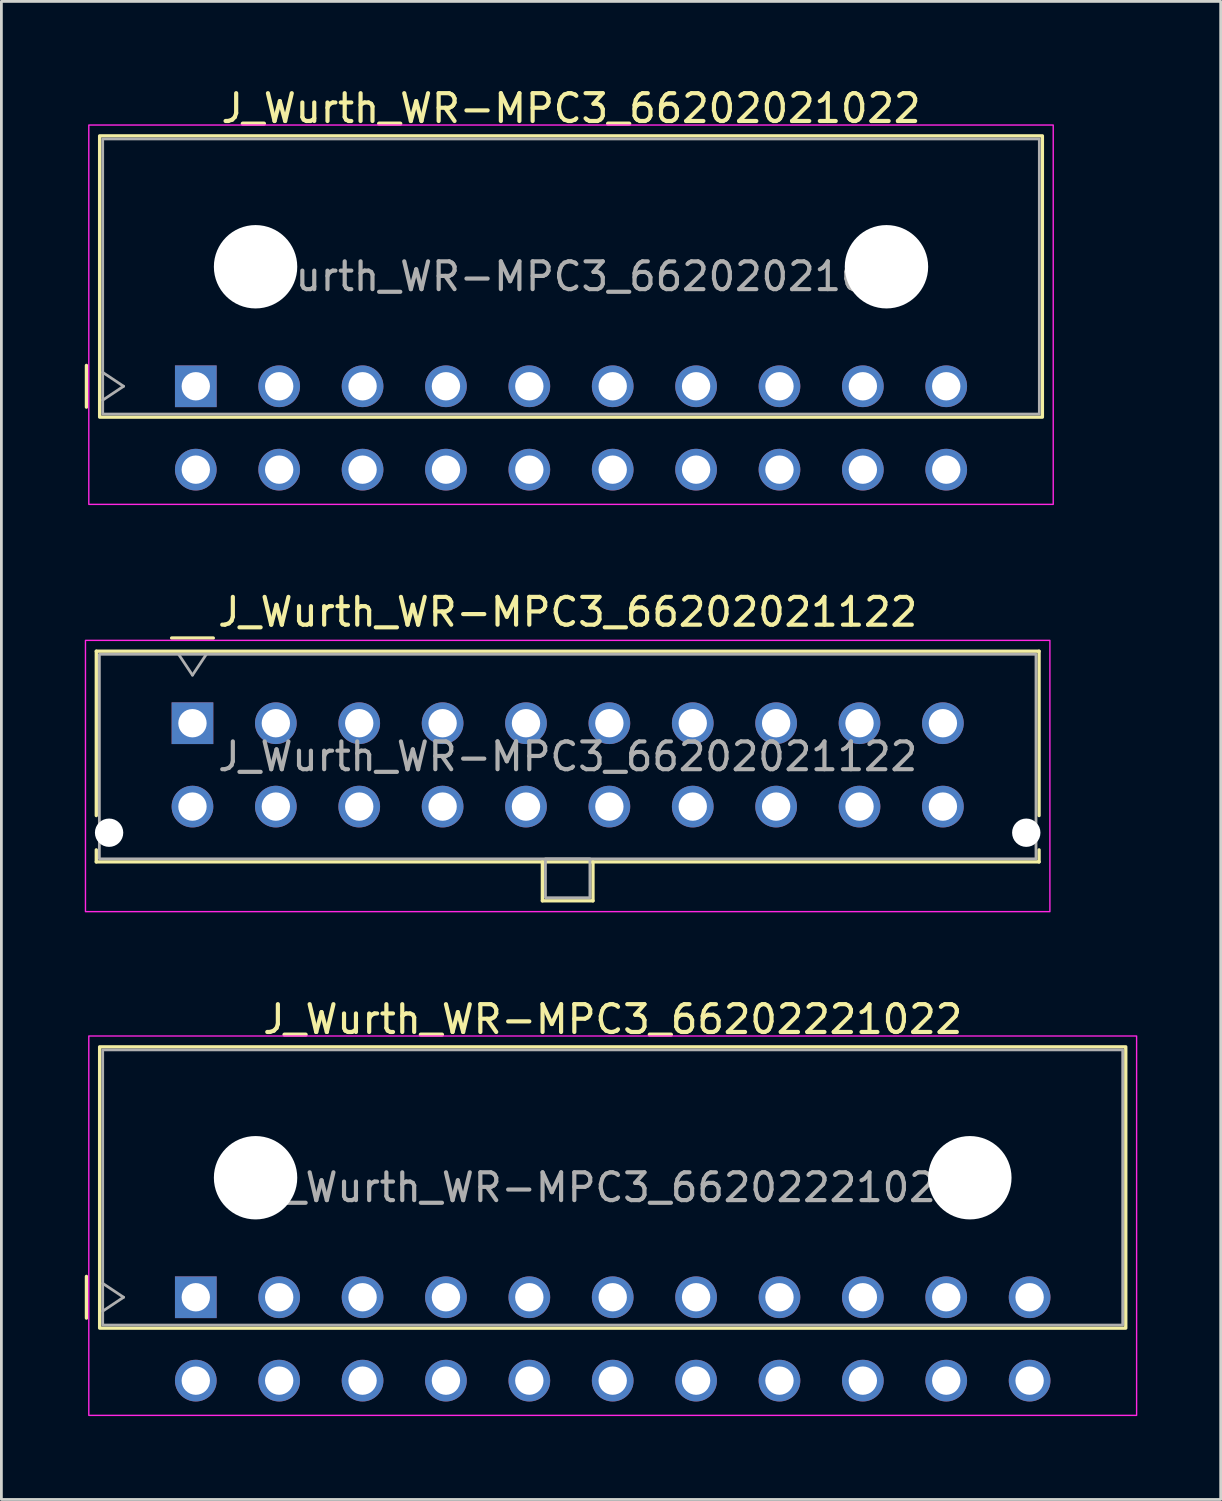
<source format=kicad_pcb>
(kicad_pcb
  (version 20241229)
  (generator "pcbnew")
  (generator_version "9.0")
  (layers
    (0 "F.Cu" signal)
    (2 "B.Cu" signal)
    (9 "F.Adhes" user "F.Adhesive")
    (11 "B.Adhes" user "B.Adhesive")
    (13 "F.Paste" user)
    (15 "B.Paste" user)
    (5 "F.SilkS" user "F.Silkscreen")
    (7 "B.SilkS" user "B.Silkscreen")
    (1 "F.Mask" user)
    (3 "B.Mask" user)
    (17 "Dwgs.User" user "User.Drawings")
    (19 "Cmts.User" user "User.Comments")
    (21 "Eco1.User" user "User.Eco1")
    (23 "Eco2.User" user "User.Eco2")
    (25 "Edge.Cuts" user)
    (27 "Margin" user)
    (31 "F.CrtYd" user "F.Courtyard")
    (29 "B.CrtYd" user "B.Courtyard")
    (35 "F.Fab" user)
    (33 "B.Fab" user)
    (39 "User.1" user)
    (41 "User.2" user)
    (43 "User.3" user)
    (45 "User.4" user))
  (footprint "J_Wurth_WR-MPC3_66202021022"
    (layer "F.Cu")
    (at 3.995 10.848)
    (property "Reference" "J_Wurth_WR-MPC3_66202021022" (at 13.5 -10 0) (unlocked yes) (layer "F.SilkS") (effects (font (size 1 1) (thickness 0.15))))
    (attr through_hole)
    (fp_line (start -3.935 -0.75) (end -3.935 0.75) (stroke (width 0.12) (type solid)) (layer "F.SilkS"))
    (fp_rect (start -3.46 -9.01) (end 30.46 1.11) (stroke (width 0.12) (type solid)) (fill no) (layer "F.SilkS"))
    (fp_rect (start -3.85 -9.4) (end 30.85 4.25) (stroke (width 0.05) (type solid)) (fill no) (layer "F.CrtYd"))
    (fp_line (start -2.6 0) (end -3.35 -0.5) (stroke (width 0.1) (type solid)) (layer "F.Fab"))
    (fp_line (start -2.6 0) (end -3.35 0.5) (stroke (width 0.1) (type solid)) (layer "F.Fab"))
    (fp_rect (start -3.35 -8.9) (end 30.35 1) (stroke (width 0.1) (type solid)) (fill no) (layer "F.Fab"))
    (fp_text user "${REFERENCE}" (at 13.5 -3.95 0) (unlocked yes) (layer "F.Fab") (effects (font (size 1 1) (thickness 0.15))))
    (pad "" np_thru_hole circle (at 2.15 -4.3 180) (size 3 3) (drill 3) (layers "*.Cu" "*.Mask"))
    (pad "" np_thru_hole circle (at 24.85 -4.3 180) (size 3 3) (drill 3) (layers "*.Cu" "*.Mask"))
    (pad "1" thru_hole rect (at 0 0 180) (size 1.5 1.5) (drill 1.02) (layers "*.Cu" "*.Mask"))
    (pad "2" thru_hole circle (at 3 0 180) (size 1.5 1.5) (drill 1.02) (layers "*.Cu" "*.Mask"))
    (pad "3" thru_hole circle (at 6 0 180) (size 1.5 1.5) (drill 1.02) (layers "*.Cu" "*.Mask"))
    (pad "4" thru_hole circle (at 9 0 180) (size 1.5 1.5) (drill 1.02) (layers "*.Cu" "*.Mask"))
    (pad "5" thru_hole circle (at 12 0 180) (size 1.5 1.5) (drill 1.02) (layers "*.Cu" "*.Mask"))
    (pad "6" thru_hole circle (at 15 0 180) (size 1.5 1.5) (drill 1.02) (layers "*.Cu" "*.Mask"))
    (pad "7" thru_hole circle (at 18 0 180) (size 1.5 1.5) (drill 1.02) (layers "*.Cu" "*.Mask"))
    (pad "8" thru_hole circle (at 21 0 180) (size 1.5 1.5) (drill 1.02) (layers "*.Cu" "*.Mask"))
    (pad "9" thru_hole circle (at 24 0 180) (size 1.5 1.5) (drill 1.02) (layers "*.Cu" "*.Mask"))
    (pad "10" thru_hole circle (at 27 0 180) (size 1.5 1.5) (drill 1.02) (layers "*.Cu" "*.Mask"))
    (pad "11" thru_hole circle (at 0 3 180) (size 1.5 1.5) (drill 1.02) (layers "*.Cu" "*.Mask"))
    (pad "12" thru_hole circle (at 3 3 180) (size 1.5 1.5) (drill 1.02) (layers "*.Cu" "*.Mask"))
    (pad "13" thru_hole circle (at 6 3 180) (size 1.5 1.5) (drill 1.02) (layers "*.Cu" "*.Mask"))
    (pad "14" thru_hole circle (at 9 3 180) (size 1.5 1.5) (drill 1.02) (layers "*.Cu" "*.Mask"))
    (pad "15" thru_hole circle (at 12 3 180) (size 1.5 1.5) (drill 1.02) (layers "*.Cu" "*.Mask"))
    (pad "16" thru_hole circle (at 15 3 180) (size 1.5 1.5) (drill 1.02) (layers "*.Cu" "*.Mask"))
    (pad "17" thru_hole circle (at 18 3 180) (size 1.5 1.5) (drill 1.02) (layers "*.Cu" "*.Mask"))
    (pad "18" thru_hole circle (at 21 3 180) (size 1.5 1.5) (drill 1.02) (layers "*.Cu" "*.Mask"))
    (pad "19" thru_hole circle (at 24 3 180) (size 1.5 1.5) (drill 1.02) (layers "*.Cu" "*.Mask"))
    (pad "20" thru_hole circle (at 27 3 180) (size 1.5 1.5) (drill 1.02) (layers "*.Cu" "*.Mask")))
  (footprint "J_Wurth_WR-MPC3_66202021122"
    (layer "F.Cu")
    (at 3.875 22.971)
    (property "Reference" "J_Wurth_WR-MPC3_66202021122" (at 13.5 -4 0) (unlocked yes) (layer "F.SilkS") (effects (font (size 1 1) (thickness 0.15))))
    (attr through_hole)
    (fp_line (start -3.46 -2.59) (end -3.46 3.323) (stroke (width 0.12) (type default)) (layer "F.SilkS"))
    (fp_line (start -3.46 -2.59) (end 30.46 -2.59) (stroke (width 0.12) (type default)) (layer "F.SilkS"))
    (fp_line (start -3.46 4.99) (end -3.46 4.557) (stroke (width 0.12) (type default)) (layer "F.SilkS"))
    (fp_line (start -0.75 -3.065) (end 0.75 -3.065) (stroke (width 0.12) (type solid)) (layer "F.SilkS"))
    (fp_line (start 12.59 6.39) (end 12.59 4.99) (stroke (width 0.12) (type default)) (layer "F.SilkS"))
    (fp_line (start 14.41 4.99) (end 14.41 6.39) (stroke (width 0.12) (type default)) (layer "F.SilkS"))
    (fp_line (start 14.41 6.39) (end 12.59 6.39) (stroke (width 0.12) (type default)) (layer "F.SilkS"))
    (fp_line (start 30.46 -2.59) (end 30.46 3.323) (stroke (width 0.12) (type default)) (layer "F.SilkS"))
    (fp_line (start 30.46 4.99) (end -3.46 4.99) (stroke (width 0.12) (type default)) (layer "F.SilkS"))
    (fp_line (start 30.46 4.99) (end 30.46 4.557) (stroke (width 0.12) (type default)) (layer "F.SilkS"))
    (fp_rect (start -3.85 -2.98) (end 30.85 6.78) (stroke (width 0.05) (type solid)) (fill no) (layer "F.CrtYd"))
    (fp_line (start 0 -1.73) (end -0.5 -2.48) (stroke (width 0.1) (type solid)) (layer "F.Fab"))
    (fp_line (start 0 -1.73) (end 0.5 -2.48) (stroke (width 0.1) (type solid)) (layer "F.Fab"))
    (fp_rect (start -3.35 -2.48) (end 30.35 4.88) (stroke (width 0.1) (type solid)) (fill no) (layer "F.Fab"))
    (fp_rect (start 12.7 4.88) (end 14.3 6.28) (stroke (width 0.1) (type solid)) (fill no) (layer "F.Fab"))
    (fp_text user "${REFERENCE}" (at 13.5 1.2 0) (unlocked yes) (layer "F.Fab") (effects (font (size 1 1) (thickness 0.15))))
    (pad "" np_thru_hole circle (at -3 3.94 180) (size 1.02 1.02) (drill 1.02) (layers "*.Cu" "*.Mask"))
    (pad "" np_thru_hole circle (at 30 3.94 180) (size 1.02 1.02) (drill 1.02) (layers "*.Cu" "*.Mask"))
    (pad "1" thru_hole rect (at 0 0 180) (size 1.5 1.5) (drill 1.02) (layers "*.Cu" "*.Mask"))
    (pad "2" thru_hole circle (at 3 0 180) (size 1.5 1.5) (drill 1.02) (layers "*.Cu" "*.Mask"))
    (pad "3" thru_hole circle (at 6 0 180) (size 1.5 1.5) (drill 1.02) (layers "*.Cu" "*.Mask"))
    (pad "4" thru_hole circle (at 9 0 180) (size 1.5 1.5) (drill 1.02) (layers "*.Cu" "*.Mask"))
    (pad "5" thru_hole circle (at 12 0 180) (size 1.5 1.5) (drill 1.02) (layers "*.Cu" "*.Mask"))
    (pad "6" thru_hole circle (at 15 0 180) (size 1.5 1.5) (drill 1.02) (layers "*.Cu" "*.Mask"))
    (pad "7" thru_hole circle (at 18 0 180) (size 1.5 1.5) (drill 1.02) (layers "*.Cu" "*.Mask"))
    (pad "8" thru_hole circle (at 21 0 180) (size 1.5 1.5) (drill 1.02) (layers "*.Cu" "*.Mask"))
    (pad "9" thru_hole circle (at 24 0 180) (size 1.5 1.5) (drill 1.02) (layers "*.Cu" "*.Mask"))
    (pad "10" thru_hole circle (at 27 0 180) (size 1.5 1.5) (drill 1.02) (layers "*.Cu" "*.Mask"))
    (pad "11" thru_hole circle (at 0 3 180) (size 1.5 1.5) (drill 1.02) (layers "*.Cu" "*.Mask"))
    (pad "12" thru_hole circle (at 3 3 180) (size 1.5 1.5) (drill 1.02) (layers "*.Cu" "*.Mask"))
    (pad "13" thru_hole circle (at 6 3 180) (size 1.5 1.5) (drill 1.02) (layers "*.Cu" "*.Mask"))
    (pad "14" thru_hole circle (at 9 3 180) (size 1.5 1.5) (drill 1.02) (layers "*.Cu" "*.Mask"))
    (pad "15" thru_hole circle (at 12 3 180) (size 1.5 1.5) (drill 1.02) (layers "*.Cu" "*.Mask"))
    (pad "16" thru_hole circle (at 15 3 180) (size 1.5 1.5) (drill 1.02) (layers "*.Cu" "*.Mask"))
    (pad "17" thru_hole circle (at 18 3 180) (size 1.5 1.5) (drill 1.02) (layers "*.Cu" "*.Mask"))
    (pad "18" thru_hole circle (at 21 3 180) (size 1.5 1.5) (drill 1.02) (layers "*.Cu" "*.Mask"))
    (pad "19" thru_hole circle (at 24 3 180) (size 1.5 1.5) (drill 1.02) (layers "*.Cu" "*.Mask"))
    (pad "20" thru_hole circle (at 27 3 180) (size 1.5 1.5) (drill 1.02) (layers "*.Cu" "*.Mask")))
  (footprint "J_Wurth_WR-MPC3_66202221022"
    (layer "F.Cu")
    (at 3.995 43.625)
    (property "Reference" "J_Wurth_WR-MPC3_66202221022" (at 15 -10 0) (unlocked yes) (layer "F.SilkS") (effects (font (size 1 1) (thickness 0.15))))
    (attr through_hole)
    (fp_line (start -3.935 -0.75) (end -3.935 0.75) (stroke (width 0.12) (type solid)) (layer "F.SilkS"))
    (fp_rect (start -3.46 -9.01) (end 33.46 1.11) (stroke (width 0.12) (type solid)) (fill no) (layer "F.SilkS"))
    (fp_rect (start -3.85 -9.4) (end 33.85 4.25) (stroke (width 0.05) (type solid)) (fill no) (layer "F.CrtYd"))
    (fp_line (start -2.6 0) (end -3.35 -0.5) (stroke (width 0.1) (type solid)) (layer "F.Fab"))
    (fp_line (start -2.6 0) (end -3.35 0.5) (stroke (width 0.1) (type solid)) (layer "F.Fab"))
    (fp_rect (start -3.35 -8.9) (end 33.35 1) (stroke (width 0.1) (type solid)) (fill no) (layer "F.Fab"))
    (fp_text user "${REFERENCE}" (at 15 -3.95 0) (unlocked yes) (layer "F.Fab") (effects (font (size 1 1) (thickness 0.15))))
    (pad "" np_thru_hole circle (at 2.15 -4.3 180) (size 3 3) (drill 3) (layers "*.Cu" "*.Mask"))
    (pad "" np_thru_hole circle (at 27.85 -4.3 180) (size 3 3) (drill 3) (layers "*.Cu" "*.Mask"))
    (pad "1" thru_hole rect (at 0 0 180) (size 1.5 1.5) (drill 1.02) (layers "*.Cu" "*.Mask"))
    (pad "2" thru_hole circle (at 3 0 180) (size 1.5 1.5) (drill 1.02) (layers "*.Cu" "*.Mask"))
    (pad "3" thru_hole circle (at 6 0 180) (size 1.5 1.5) (drill 1.02) (layers "*.Cu" "*.Mask"))
    (pad "4" thru_hole circle (at 9 0 180) (size 1.5 1.5) (drill 1.02) (layers "*.Cu" "*.Mask"))
    (pad "5" thru_hole circle (at 12 0 180) (size 1.5 1.5) (drill 1.02) (layers "*.Cu" "*.Mask"))
    (pad "6" thru_hole circle (at 15 0 180) (size 1.5 1.5) (drill 1.02) (layers "*.Cu" "*.Mask"))
    (pad "7" thru_hole circle (at 18 0 180) (size 1.5 1.5) (drill 1.02) (layers "*.Cu" "*.Mask"))
    (pad "8" thru_hole circle (at 21 0 180) (size 1.5 1.5) (drill 1.02) (layers "*.Cu" "*.Mask"))
    (pad "9" thru_hole circle (at 24 0 180) (size 1.5 1.5) (drill 1.02) (layers "*.Cu" "*.Mask"))
    (pad "10" thru_hole circle (at 27 0 180) (size 1.5 1.5) (drill 1.02) (layers "*.Cu" "*.Mask"))
    (pad "11" thru_hole circle (at 30 0 180) (size 1.5 1.5) (drill 1.02) (layers "*.Cu" "*.Mask"))
    (pad "12" thru_hole circle (at 0 3 180) (size 1.5 1.5) (drill 1.02) (layers "*.Cu" "*.Mask"))
    (pad "13" thru_hole circle (at 3 3 180) (size 1.5 1.5) (drill 1.02) (layers "*.Cu" "*.Mask"))
    (pad "14" thru_hole circle (at 6 3 180) (size 1.5 1.5) (drill 1.02) (layers "*.Cu" "*.Mask"))
    (pad "15" thru_hole circle (at 9 3 180) (size 1.5 1.5) (drill 1.02) (layers "*.Cu" "*.Mask"))
    (pad "16" thru_hole circle (at 12 3 180) (size 1.5 1.5) (drill 1.02) (layers "*.Cu" "*.Mask"))
    (pad "17" thru_hole circle (at 15 3 180) (size 1.5 1.5) (drill 1.02) (layers "*.Cu" "*.Mask"))
    (pad "18" thru_hole circle (at 18 3 180) (size 1.5 1.5) (drill 1.02) (layers "*.Cu" "*.Mask"))
    (pad "19" thru_hole circle (at 21 3 180) (size 1.5 1.5) (drill 1.02) (layers "*.Cu" "*.Mask"))
    (pad "20" thru_hole circle (at 24 3 180) (size 1.5 1.5) (drill 1.02) (layers "*.Cu" "*.Mask"))
    (pad "21" thru_hole circle (at 27 3 180) (size 1.5 1.5) (drill 1.02) (layers "*.Cu" "*.Mask"))
    (pad "22" thru_hole circle (at 30 3 180) (size 1.5 1.5) (drill 1.02) (layers "*.Cu" "*.Mask")))
  (gr_rect
    (start -3 -3)
    (end 40.87 50.9)
    (stroke (width 0.1) (type default))
    (fill no)
    (layer "Edge.Cuts")))
</source>
